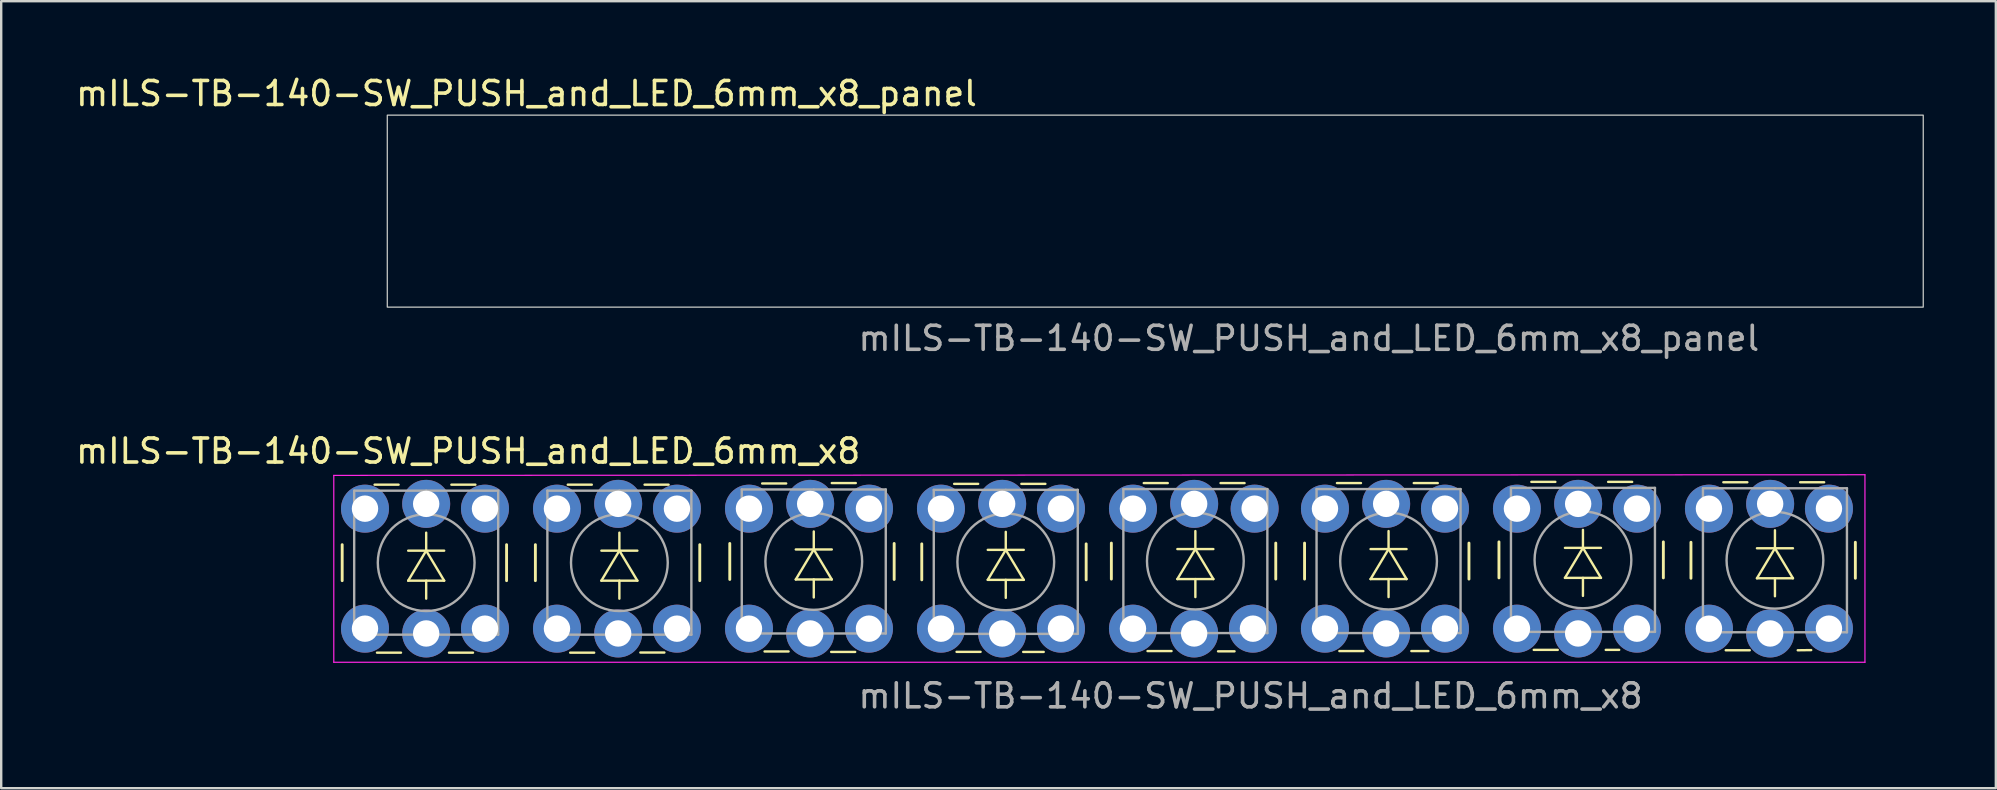
<source format=kicad_pcb>
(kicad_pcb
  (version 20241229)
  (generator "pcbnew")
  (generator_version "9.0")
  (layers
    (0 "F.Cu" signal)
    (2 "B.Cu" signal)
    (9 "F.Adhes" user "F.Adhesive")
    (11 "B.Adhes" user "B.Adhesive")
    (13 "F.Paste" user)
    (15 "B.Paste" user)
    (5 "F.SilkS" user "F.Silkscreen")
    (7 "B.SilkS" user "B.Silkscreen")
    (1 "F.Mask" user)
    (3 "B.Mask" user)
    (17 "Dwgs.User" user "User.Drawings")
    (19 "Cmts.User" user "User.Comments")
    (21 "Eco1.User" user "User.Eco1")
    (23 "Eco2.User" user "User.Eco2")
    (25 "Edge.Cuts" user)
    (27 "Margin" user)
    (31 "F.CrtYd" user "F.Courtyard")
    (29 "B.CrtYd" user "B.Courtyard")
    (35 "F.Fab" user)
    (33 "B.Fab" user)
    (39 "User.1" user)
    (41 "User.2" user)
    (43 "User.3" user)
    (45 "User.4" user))
  (footprint "mILS-TB-140-SW_PUSH_and_LED_6mm_x8"
    (layer "F.Cu")
    (at 11.458 18.145)
    (property "Reference" "mILS-TB-140-SW_PUSH_and_LED_6mm_x8" (at 5 -2.4 0) (layer "F.SilkS") (effects (font (size 1 1) (thickness 0.15))))
    (attr through_hole)
    (fp_line (start -0.25 1.5) (end -0.25 3) (stroke (width 0.12) (type solid)) (layer "F.SilkS"))
    (fp_line (start 1.1 -1) (end 2.1 -1) (stroke (width 0.1) (type default)) (layer "F.SilkS"))
    (fp_line (start 2.2 6) (end 1.2 6) (stroke (width 0.1) (type default)) (layer "F.SilkS"))
    (fp_line (start 2.5 1.75) (end 4 1.75) (stroke (width 0.1) (type default)) (layer "F.SilkS"))
    (fp_line (start 2.5 3) (end 4 3) (stroke (width 0.1) (type default)) (layer "F.SilkS"))
    (fp_line (start 3.25 1.75) (end 2.5 3) (stroke (width 0.1) (type default)) (layer "F.SilkS"))
    (fp_line (start 3.25 1.75) (end 3.25 1) (stroke (width 0.1) (type default)) (layer "F.SilkS"))
    (fp_line (start 3.25 3) (end 3.25 3.75) (stroke (width 0.1) (type default)) (layer "F.SilkS"))
    (fp_line (start 4 3) (end 3.25 1.75) (stroke (width 0.1) (type default)) (layer "F.SilkS"))
    (fp_line (start 4.3 -1) (end 5.3 -1) (stroke (width 0.1) (type default)) (layer "F.SilkS"))
    (fp_line (start 5.2 6) (end 4.2 6) (stroke (width 0.1) (type default)) (layer "F.SilkS"))
    (fp_line (start 6.6 3) (end 6.6 1.5) (stroke (width 0.12) (type solid)) (layer "F.SilkS"))
    (fp_line (start 7.8 1.5) (end 7.8 3) (stroke (width 0.12) (type solid)) (layer "F.SilkS"))
    (fp_line (start 9.15 -1) (end 10.15 -1) (stroke (width 0.1) (type default)) (layer "F.SilkS"))
    (fp_line (start 10.25 6) (end 9.25 6) (stroke (width 0.1) (type default)) (layer "F.SilkS"))
    (fp_line (start 10.55 1.75) (end 12.05 1.75) (stroke (width 0.1) (type default)) (layer "F.SilkS"))
    (fp_line (start 10.55 3) (end 12.05 3) (stroke (width 0.1) (type default)) (layer "F.SilkS"))
    (fp_line (start 11.3 1.75) (end 10.55 3) (stroke (width 0.1) (type default)) (layer "F.SilkS"))
    (fp_line (start 11.3 1.75) (end 11.3 1) (stroke (width 0.1) (type default)) (layer "F.SilkS"))
    (fp_line (start 11.3 3) (end 11.3 3.75) (stroke (width 0.1) (type default)) (layer "F.SilkS"))
    (fp_line (start 12.05 3) (end 11.3 1.75) (stroke (width 0.1) (type default)) (layer "F.SilkS"))
    (fp_line (start 12.35 -1) (end 13.35 -1) (stroke (width 0.1) (type default)) (layer "F.SilkS"))
    (fp_line (start 13.175 5.994) (end 12.175 5.994) (stroke (width 0.1) (type default)) (layer "F.SilkS"))
    (fp_line (start 14.65 3) (end 14.65 1.5) (stroke (width 0.12) (type solid)) (layer "F.SilkS"))
    (fp_line (start 15.9 1.45) (end 15.9 2.95) (stroke (width 0.12) (type solid)) (layer "F.SilkS"))
    (fp_line (start 17.25 -1.05) (end 18.25 -1.05) (stroke (width 0.1) (type default)) (layer "F.SilkS"))
    (fp_line (start 18.35 5.95) (end 17.35 5.95) (stroke (width 0.1) (type default)) (layer "F.SilkS"))
    (fp_line (start 18.65 1.7) (end 20.15 1.7) (stroke (width 0.1) (type default)) (layer "F.SilkS"))
    (fp_line (start 18.65 2.95) (end 20.15 2.95) (stroke (width 0.1) (type default)) (layer "F.SilkS"))
    (fp_line (start 19.4 1.7) (end 18.65 2.95) (stroke (width 0.1) (type default)) (layer "F.SilkS"))
    (fp_line (start 19.4 1.7) (end 19.4 0.95) (stroke (width 0.1) (type default)) (layer "F.SilkS"))
    (fp_line (start 19.4 2.95) (end 19.4 3.7) (stroke (width 0.1) (type default)) (layer "F.SilkS"))
    (fp_line (start 20.15 2.95) (end 19.4 1.7) (stroke (width 0.1) (type default)) (layer "F.SilkS"))
    (fp_line (start 20.15 -1.067) (end 21.15 -1.067) (stroke (width 0.1) (type default)) (layer "F.SilkS"))
    (fp_line (start 21.125 5.969) (end 20.125 5.969) (stroke (width 0.1) (type default)) (layer "F.SilkS"))
    (fp_line (start 22.75 2.95) (end 22.75 1.45) (stroke (width 0.12) (type solid)) (layer "F.SilkS"))
    (fp_line (start 23.9 1.466) (end 23.9 2.966) (stroke (width 0.12) (type solid)) (layer "F.SilkS"))
    (fp_line (start 25.25 -1.034) (end 26.25 -1.034) (stroke (width 0.1) (type default)) (layer "F.SilkS"))
    (fp_line (start 26.35 5.966) (end 25.35 5.966) (stroke (width 0.1) (type default)) (layer "F.SilkS"))
    (fp_line (start 26.65 1.716) (end 28.15 1.716) (stroke (width 0.1) (type default)) (layer "F.SilkS"))
    (fp_line (start 26.65 2.966) (end 28.15 2.966) (stroke (width 0.1) (type default)) (layer "F.SilkS"))
    (fp_line (start 27.4 1.716) (end 26.65 2.966) (stroke (width 0.1) (type default)) (layer "F.SilkS"))
    (fp_line (start 27.4 1.716) (end 27.4 0.966) (stroke (width 0.1) (type default)) (layer "F.SilkS"))
    (fp_line (start 27.4 2.966) (end 27.4 3.716) (stroke (width 0.1) (type default)) (layer "F.SilkS"))
    (fp_line (start 28.05 -1.034) (end 29.05 -1.034) (stroke (width 0.1) (type default)) (layer "F.SilkS"))
    (fp_line (start 28.15 2.966) (end 27.4 1.716) (stroke (width 0.1) (type default)) (layer "F.SilkS"))
    (fp_line (start 28.981 5.969) (end 28.126 5.969) (stroke (width 0.1) (type default)) (layer "F.SilkS"))
    (fp_line (start 30.75 2.966) (end 30.75 1.466) (stroke (width 0.12) (type solid)) (layer "F.SilkS"))
    (fp_line (start 31.8 1.434) (end 31.8 2.934) (stroke (width 0.12) (type solid)) (layer "F.SilkS"))
    (fp_line (start 33.15 -1.066) (end 34.15 -1.066) (stroke (width 0.1) (type default)) (layer "F.SilkS"))
    (fp_line (start 34.307 5.934) (end 33.307 5.934) (stroke (width 0.1) (type default)) (layer "F.SilkS"))
    (fp_line (start 34.55 1.684) (end 36.05 1.684) (stroke (width 0.1) (type default)) (layer "F.SilkS"))
    (fp_line (start 34.55 2.934) (end 36.05 2.934) (stroke (width 0.1) (type default)) (layer "F.SilkS"))
    (fp_line (start 35.3 1.684) (end 34.55 2.934) (stroke (width 0.1) (type default)) (layer "F.SilkS"))
    (fp_line (start 35.3 1.684) (end 35.3 0.934) (stroke (width 0.1) (type default)) (layer "F.SilkS"))
    (fp_line (start 35.3 2.934) (end 35.3 3.684) (stroke (width 0.1) (type default)) (layer "F.SilkS"))
    (fp_line (start 36.05 2.934) (end 35.3 1.684) (stroke (width 0.1) (type default)) (layer "F.SilkS"))
    (fp_line (start 36.35 -1.066) (end 37.35 -1.066) (stroke (width 0.1) (type default)) (layer "F.SilkS"))
    (fp_line (start 36.932 5.944) (end 36.246 5.944) (stroke (width 0.1) (type default)) (layer "F.SilkS"))
    (fp_line (start 38.65 2.934) (end 38.65 1.434) (stroke (width 0.12) (type solid)) (layer "F.SilkS"))
    (fp_line (start 39.85 1.434) (end 39.85 2.934) (stroke (width 0.12) (type solid)) (layer "F.SilkS"))
    (fp_line (start 41.2 -1.066) (end 42.2 -1.066) (stroke (width 0.1) (type default)) (layer "F.SilkS"))
    (fp_line (start 42.3 5.934) (end 41.3 5.934) (stroke (width 0.1) (type default)) (layer "F.SilkS"))
    (fp_line (start 42.6 1.684) (end 44.1 1.684) (stroke (width 0.1) (type default)) (layer "F.SilkS"))
    (fp_line (start 42.6 2.934) (end 44.1 2.934) (stroke (width 0.1) (type default)) (layer "F.SilkS"))
    (fp_line (start 43.35 1.684) (end 42.6 2.934) (stroke (width 0.1) (type default)) (layer "F.SilkS"))
    (fp_line (start 43.35 1.684) (end 43.35 0.934) (stroke (width 0.1) (type default)) (layer "F.SilkS"))
    (fp_line (start 43.35 2.934) (end 43.35 3.684) (stroke (width 0.1) (type default)) (layer "F.SilkS"))
    (fp_line (start 44.1 2.934) (end 43.35 1.684) (stroke (width 0.1) (type default)) (layer "F.SilkS"))
    (fp_line (start 44.4 -1.066) (end 45.4 -1.066) (stroke (width 0.1) (type default)) (layer "F.SilkS"))
    (fp_line (start 45.009 5.934) (end 44.3 5.934) (stroke (width 0.1) (type default)) (layer "F.SilkS"))
    (fp_line (start 46.7 2.934) (end 46.7 1.434) (stroke (width 0.12) (type solid)) (layer "F.SilkS"))
    (fp_line (start 47.95 1.384) (end 47.95 2.884) (stroke (width 0.12) (type solid)) (layer "F.SilkS"))
    (fp_line (start 49.3 -1.116) (end 50.3 -1.116) (stroke (width 0.1) (type default)) (layer "F.SilkS"))
    (fp_line (start 50.4 5.884) (end 49.4 5.884) (stroke (width 0.1) (type default)) (layer "F.SilkS"))
    (fp_line (start 50.7 1.634) (end 52.2 1.634) (stroke (width 0.1) (type default)) (layer "F.SilkS"))
    (fp_line (start 50.7 2.884) (end 52.2 2.884) (stroke (width 0.1) (type default)) (layer "F.SilkS"))
    (fp_line (start 51.45 1.634) (end 50.7 2.884) (stroke (width 0.1) (type default)) (layer "F.SilkS"))
    (fp_line (start 51.45 1.634) (end 51.45 0.884) (stroke (width 0.1) (type default)) (layer "F.SilkS"))
    (fp_line (start 51.45 2.884) (end 51.45 3.634) (stroke (width 0.1) (type default)) (layer "F.SilkS"))
    (fp_line (start 52.2 2.884) (end 51.45 1.634) (stroke (width 0.1) (type default)) (layer "F.SilkS"))
    (fp_line (start 52.5 -1.116) (end 53.5 -1.116) (stroke (width 0.1) (type default)) (layer "F.SilkS"))
    (fp_line (start 52.959 5.884) (end 52.4 5.884) (stroke (width 0.1) (type default)) (layer "F.SilkS"))
    (fp_line (start 54.8 2.884) (end 54.8 1.384) (stroke (width 0.12) (type solid)) (layer "F.SilkS"))
    (fp_line (start 55.95 1.4) (end 55.95 2.9) (stroke (width 0.12) (type solid)) (layer "F.SilkS"))
    (fp_line (start 57.3 -1.1) (end 58.3 -1.1) (stroke (width 0.1) (type default)) (layer "F.SilkS"))
    (fp_line (start 58.4 5.9) (end 57.4 5.9) (stroke (width 0.1) (type default)) (layer "F.SilkS"))
    (fp_line (start 58.7 1.65) (end 60.2 1.65) (stroke (width 0.1) (type default)) (layer "F.SilkS"))
    (fp_line (start 58.7 2.9) (end 60.2 2.9) (stroke (width 0.1) (type default)) (layer "F.SilkS"))
    (fp_line (start 59.45 1.65) (end 58.7 2.9) (stroke (width 0.1) (type default)) (layer "F.SilkS"))
    (fp_line (start 59.45 1.65) (end 59.45 0.9) (stroke (width 0.1) (type default)) (layer "F.SilkS"))
    (fp_line (start 59.45 2.9) (end 59.45 3.65) (stroke (width 0.1) (type default)) (layer "F.SilkS"))
    (fp_line (start 60.2 2.9) (end 59.45 1.65) (stroke (width 0.1) (type default)) (layer "F.SilkS"))
    (fp_line (start 60.5 -1.1) (end 61.5 -1.1) (stroke (width 0.1) (type default)) (layer "F.SilkS"))
    (fp_line (start 60.96 5.893) (end 60.4 5.9) (stroke (width 0.1) (type default)) (layer "F.SilkS"))
    (fp_line (start 62.8 2.9) (end 62.8 1.4) (stroke (width 0.12) (type solid)) (layer "F.SilkS"))
    (fp_line (start -0.6 -1.387) (end 63.2 -1.413) (stroke (width 0.05) (type solid)) (layer "F.CrtYd"))
    (fp_line (start -0.6 6.4) (end -0.6 -1.387) (stroke (width 0.05) (type solid)) (layer "F.CrtYd"))
    (fp_line (start 63.2 -1.413) (end 63.2 6.4) (stroke (width 0.05) (type solid)) (layer "F.CrtYd"))
    (fp_line (start 63.2 6.4) (end -0.6 6.4) (stroke (width 0.05) (type solid)) (layer "F.CrtYd"))
    (fp_line (start 0.25 -0.75) (end 3.25 -0.75) (stroke (width 0.1) (type solid)) (layer "F.Fab"))
    (fp_line (start 0.25 5.25) (end 0.25 -0.75) (stroke (width 0.1) (type solid)) (layer "F.Fab"))
    (fp_line (start 3.25 -0.75) (end 6.25 -0.75) (stroke (width 0.1) (type solid)) (layer "F.Fab"))
    (fp_line (start 6.25 -0.75) (end 6.25 5.25) (stroke (width 0.1) (type solid)) (layer "F.Fab"))
    (fp_line (start 6.25 5.25) (end 0.25 5.25) (stroke (width 0.1) (type solid)) (layer "F.Fab"))
    (fp_line (start 8.3 -0.75) (end 11.3 -0.75) (stroke (width 0.1) (type solid)) (layer "F.Fab"))
    (fp_line (start 8.3 5.25) (end 8.3 -0.75) (stroke (width 0.1) (type solid)) (layer "F.Fab"))
    (fp_line (start 11.3 -0.75) (end 14.3 -0.75) (stroke (width 0.1) (type solid)) (layer "F.Fab"))
    (fp_line (start 14.3 -0.75) (end 14.3 5.25) (stroke (width 0.1) (type solid)) (layer "F.Fab"))
    (fp_line (start 14.3 5.25) (end 8.3 5.25) (stroke (width 0.1) (type solid)) (layer "F.Fab"))
    (fp_line (start 16.4 -0.8) (end 19.4 -0.8) (stroke (width 0.1) (type solid)) (layer "F.Fab"))
    (fp_line (start 16.4 5.2) (end 16.4 -0.8) (stroke (width 0.1) (type solid)) (layer "F.Fab"))
    (fp_line (start 19.4 -0.8) (end 22.4 -0.8) (stroke (width 0.1) (type solid)) (layer "F.Fab"))
    (fp_line (start 22.4 -0.8) (end 22.4 5.2) (stroke (width 0.1) (type solid)) (layer "F.Fab"))
    (fp_line (start 22.4 5.2) (end 16.4 5.2) (stroke (width 0.1) (type solid)) (layer "F.Fab"))
    (fp_line (start 24.4 -0.784) (end 27.4 -0.784) (stroke (width 0.1) (type solid)) (layer "F.Fab"))
    (fp_line (start 24.4 5.216) (end 24.4 -0.784) (stroke (width 0.1) (type solid)) (layer "F.Fab"))
    (fp_line (start 27.4 -0.784) (end 30.4 -0.784) (stroke (width 0.1) (type solid)) (layer "F.Fab"))
    (fp_line (start 30.4 -0.784) (end 30.4 5.216) (stroke (width 0.1) (type solid)) (layer "F.Fab"))
    (fp_line (start 30.4 5.216) (end 24.4 5.216) (stroke (width 0.1) (type solid)) (layer "F.Fab"))
    (fp_line (start 32.3 -0.816) (end 35.3 -0.816) (stroke (width 0.1) (type solid)) (layer "F.Fab"))
    (fp_line (start 32.3 5.184) (end 32.3 -0.816) (stroke (width 0.1) (type solid)) (layer "F.Fab"))
    (fp_line (start 35.3 -0.816) (end 38.3 -0.816) (stroke (width 0.1) (type solid)) (layer "F.Fab"))
    (fp_line (start 38.3 -0.816) (end 38.3 5.184) (stroke (width 0.1) (type solid)) (layer "F.Fab"))
    (fp_line (start 38.3 5.184) (end 32.3 5.184) (stroke (width 0.1) (type solid)) (layer "F.Fab"))
    (fp_line (start 40.35 -0.816) (end 43.35 -0.816) (stroke (width 0.1) (type solid)) (layer "F.Fab"))
    (fp_line (start 40.35 5.184) (end 40.35 -0.816) (stroke (width 0.1) (type solid)) (layer "F.Fab"))
    (fp_line (start 43.35 -0.816) (end 46.35 -0.816) (stroke (width 0.1) (type solid)) (layer "F.Fab"))
    (fp_line (start 46.35 -0.816) (end 46.35 5.184) (stroke (width 0.1) (type solid)) (layer "F.Fab"))
    (fp_line (start 46.35 5.184) (end 40.35 5.184) (stroke (width 0.1) (type solid)) (layer "F.Fab"))
    (fp_line (start 48.45 -0.866) (end 51.45 -0.866) (stroke (width 0.1) (type solid)) (layer "F.Fab"))
    (fp_line (start 48.45 5.134) (end 48.45 -0.866) (stroke (width 0.1) (type solid)) (layer "F.Fab"))
    (fp_line (start 51.45 -0.866) (end 54.45 -0.866) (stroke (width 0.1) (type solid)) (layer "F.Fab"))
    (fp_line (start 54.45 -0.866) (end 54.45 5.134) (stroke (width 0.1) (type solid)) (layer "F.Fab"))
    (fp_line (start 54.45 5.134) (end 48.45 5.134) (stroke (width 0.1) (type solid)) (layer "F.Fab"))
    (fp_line (start 56.45 -0.85) (end 59.45 -0.85) (stroke (width 0.1) (type solid)) (layer "F.Fab"))
    (fp_line (start 56.45 5.15) (end 56.45 -0.85) (stroke (width 0.1) (type solid)) (layer "F.Fab"))
    (fp_line (start 59.45 -0.85) (end 62.45 -0.85) (stroke (width 0.1) (type solid)) (layer "F.Fab"))
    (fp_line (start 62.45 -0.85) (end 62.45 5.15) (stroke (width 0.1) (type solid)) (layer "F.Fab"))
    (fp_line (start 62.45 5.15) (end 56.45 5.15) (stroke (width 0.1) (type solid)) (layer "F.Fab"))
    (fp_circle (center 3.25 2.25) (end 1.25 2.5) (stroke (width 0.1) (type solid)) (fill no) (layer "F.Fab"))
    (fp_circle (center 11.3 2.25) (end 9.3 2.5) (stroke (width 0.1) (type solid)) (fill no) (layer "F.Fab"))
    (fp_circle (center 19.4 2.2) (end 17.4 2.45) (stroke (width 0.1) (type solid)) (fill no) (layer "F.Fab"))
    (fp_circle (center 27.4 2.216) (end 25.4 2.466) (stroke (width 0.1) (type solid)) (fill no) (layer "F.Fab"))
    (fp_circle (center 35.3 2.184) (end 33.3 2.434) (stroke (width 0.1) (type solid)) (fill no) (layer "F.Fab"))
    (fp_circle (center 43.35 2.184) (end 41.35 2.434) (stroke (width 0.1) (type solid)) (fill no) (layer "F.Fab"))
    (fp_circle (center 51.45 2.134) (end 49.45 2.384) (stroke (width 0.1) (type solid)) (fill no) (layer "F.Fab"))
    (fp_circle (center 59.45 2.15) (end 57.45 2.4) (stroke (width 0.1) (type solid)) (fill no) (layer "F.Fab"))
    (fp_text user "${REFERENCE}" (at 37.6 7.8 0) (layer "F.Fab") (effects (font (size 1 1) (thickness 0.15))))
    (pad "" thru_hole circle (at 0.7 5 90) (size 2 2) (drill 1.1) (layers "*.Cu" "*.Mask"))
    (pad "" thru_hole circle (at 5.7 0 90) (size 2 2) (drill 1.1) (layers "*.Cu" "*.Mask"))
    (pad "" thru_hole circle (at 8.7 5 90) (size 2 2) (drill 1.1) (layers "*.Cu" "*.Mask"))
    (pad "" thru_hole circle (at 13.7 0 90) (size 2 2) (drill 1.1) (layers "*.Cu" "*.Mask"))
    (pad "" thru_hole circle (at 16.7 5 90) (size 2 2) (drill 1.1) (layers "*.Cu" "*.Mask"))
    (pad "" thru_hole circle (at 21.7 0 90) (size 2 2) (drill 1.1) (layers "*.Cu" "*.Mask"))
    (pad "" thru_hole circle (at 24.7 5 90) (size 2 2) (drill 1.1) (layers "*.Cu" "*.Mask"))
    (pad "" thru_hole circle (at 29.7 0 90) (size 2 2) (drill 1.1) (layers "*.Cu" "*.Mask"))
    (pad "" thru_hole circle (at 32.7 5 90) (size 2 2) (drill 1.1) (layers "*.Cu" "*.Mask"))
    (pad "" thru_hole circle (at 37.77 0 90) (size 2 2) (drill 1.1) (layers "*.Cu" "*.Mask"))
    (pad "" thru_hole circle (at 40.7 5 90) (size 2 2) (drill 1.1) (layers "*.Cu" "*.Mask"))
    (pad "" thru_hole circle (at 45.7 0 90) (size 2 2) (drill 1.1) (layers "*.Cu" "*.Mask"))
    (pad "" thru_hole circle (at 48.7 5 90) (size 2 2) (drill 1.1) (layers "*.Cu" "*.Mask"))
    (pad "" thru_hole circle (at 53.7 0 90) (size 2 2) (drill 1.1) (layers "*.Cu" "*.Mask"))
    (pad "" thru_hole circle (at 56.7 5 90) (size 2 2) (drill 1.1) (layers "*.Cu" "*.Mask"))
    (pad "" thru_hole circle (at 61.7 0 90) (size 2 2) (drill 1.1) (layers "*.Cu" "*.Mask"))
    (pad "1" thru_hole circle (at 0.7 0 90) (size 2 2) (drill 1.1) (layers "*.Cu" "*.Mask"))
    (pad "2" thru_hole circle (at 5.7 5 90) (size 2 2) (drill 1.1) (layers "*.Cu" "*.Mask"))
    (pad "3" thru_hole circle (at 3.25 -0.2 90) (size 2 2) (drill 1.1) (layers "*.Cu" "*.Mask"))
    (pad "4" thru_hole circle (at 3.25 5.2 90) (size 2 2) (drill 1.1) (layers "*.Cu" "*.Mask"))
    (pad "5" thru_hole circle (at 8.7 0 90) (size 2 2) (drill 1.1) (layers "*.Cu" "*.Mask"))
    (pad "6" thru_hole circle (at 13.7 5 90) (size 2 2) (drill 1.1) (layers "*.Cu" "*.Mask"))
    (pad "7" thru_hole circle (at 11.25 -0.2 90) (size 2 2) (drill 1.1) (layers "*.Cu" "*.Mask"))
    (pad "8" thru_hole circle (at 11.25 5.2 90) (size 2 2) (drill 1.1) (layers "*.Cu" "*.Mask"))
    (pad "9" thru_hole circle (at 16.7 0 90) (size 2 2) (drill 1.1) (layers "*.Cu" "*.Mask"))
    (pad "10" thru_hole circle (at 21.7 5 90) (size 2 2) (drill 1.1) (layers "*.Cu" "*.Mask"))
    (pad "11" thru_hole circle (at 19.25 -0.2 90) (size 2 2) (drill 1.1) (layers "*.Cu" "*.Mask"))
    (pad "12" thru_hole circle (at 19.25 5.2 90) (size 2 2) (drill 1.1) (layers "*.Cu" "*.Mask"))
    (pad "13" thru_hole circle (at 24.7 0 90) (size 2 2) (drill 1.1) (layers "*.Cu" "*.Mask"))
    (pad "14" thru_hole circle (at 29.7 5 90) (size 2 2) (drill 1.1) (layers "*.Cu" "*.Mask"))
    (pad "15" thru_hole circle (at 27.25 -0.2 90) (size 2 2) (drill 1.1) (layers "*.Cu" "*.Mask"))
    (pad "16" thru_hole circle (at 27.25 5.2 90) (size 2 2) (drill 1.1) (layers "*.Cu" "*.Mask"))
    (pad "17" thru_hole circle (at 32.7 0 90) (size 2 2) (drill 1.1) (layers "*.Cu" "*.Mask"))
    (pad "18" thru_hole circle (at 37.7 5 90) (size 2 2) (drill 1.1) (layers "*.Cu" "*.Mask"))
    (pad "19" thru_hole circle (at 35.25 -0.2 90) (size 2 2) (drill 1.1) (layers "*.Cu" "*.Mask"))
    (pad "20" thru_hole circle (at 35.25 5.2 90) (size 2 2) (drill 1.1) (layers "*.Cu" "*.Mask"))
    (pad "21" thru_hole circle (at 40.7 0 90) (size 2 2) (drill 1.1) (layers "*.Cu" "*.Mask"))
    (pad "22" thru_hole circle (at 45.7 5 90) (size 2 2) (drill 1.1) (layers "*.Cu" "*.Mask"))
    (pad "23" thru_hole circle (at 43.25 -0.2 90) (size 2 2) (drill 1.1) (layers "*.Cu" "*.Mask"))
    (pad "24" thru_hole circle (at 43.25 5.2 90) (size 2 2) (drill 1.1) (layers "*.Cu" "*.Mask"))
    (pad "25" thru_hole circle (at 48.7 0 90) (size 2 2) (drill 1.1) (layers "*.Cu" "*.Mask"))
    (pad "26" thru_hole circle (at 53.7 5 90) (size 2 2) (drill 1.1) (layers "*.Cu" "*.Mask"))
    (pad "27" thru_hole circle (at 51.25 -0.2 90) (size 2 2) (drill 1.1) (layers "*.Cu" "*.Mask"))
    (pad "28" thru_hole circle (at 51.25 5.2 90) (size 2 2) (drill 1.1) (layers "*.Cu" "*.Mask"))
    (pad "29" thru_hole circle (at 56.7 0 90) (size 2 2) (drill 1.1) (layers "*.Cu" "*.Mask"))
    (pad "30" thru_hole circle (at 61.7 5 90) (size 2 2) (drill 1.1) (layers "*.Cu" "*.Mask"))
    (pad "31" thru_hole circle (at 59.25 -0.2 90) (size 2 2) (drill 1.1) (layers "*.Cu" "*.Mask"))
    (pad "32" thru_hole circle (at 59.25 5.2 90) (size 2 2) (drill 1.1) (layers "*.Cu" "*.Mask")))
  (footprint "mILS-TB-140-SW_PUSH_and_LED_6mm_x8_panel"
    (layer "F.Cu")
    (at 13.887 3.248)
    (property "Reference" "mILS-TB-140-SW_PUSH_and_LED_6mm_x8_panel" (at 5 -2.4 0) (layer "F.SilkS") (effects (font (size 1 1) (thickness 0.15))))
    (attr through_hole)
    (fp_rect (start -0.8 -1.5) (end 63.2 6.5) (stroke (width 0.05) (type default)) (fill no) (layer "Edge.Cuts"))
    (fp_text user "${REFERENCE}" (at 37.6 7.8 0) (layer "F.Fab") (effects (font (size 1 1) (thickness 0.15)))))
  (gr_rect
    (start -3 -3)
    (end 80.112 29.793)
    (stroke (width 0.1) (type default))
    (fill no)
    (layer "Edge.Cuts")))
</source>
